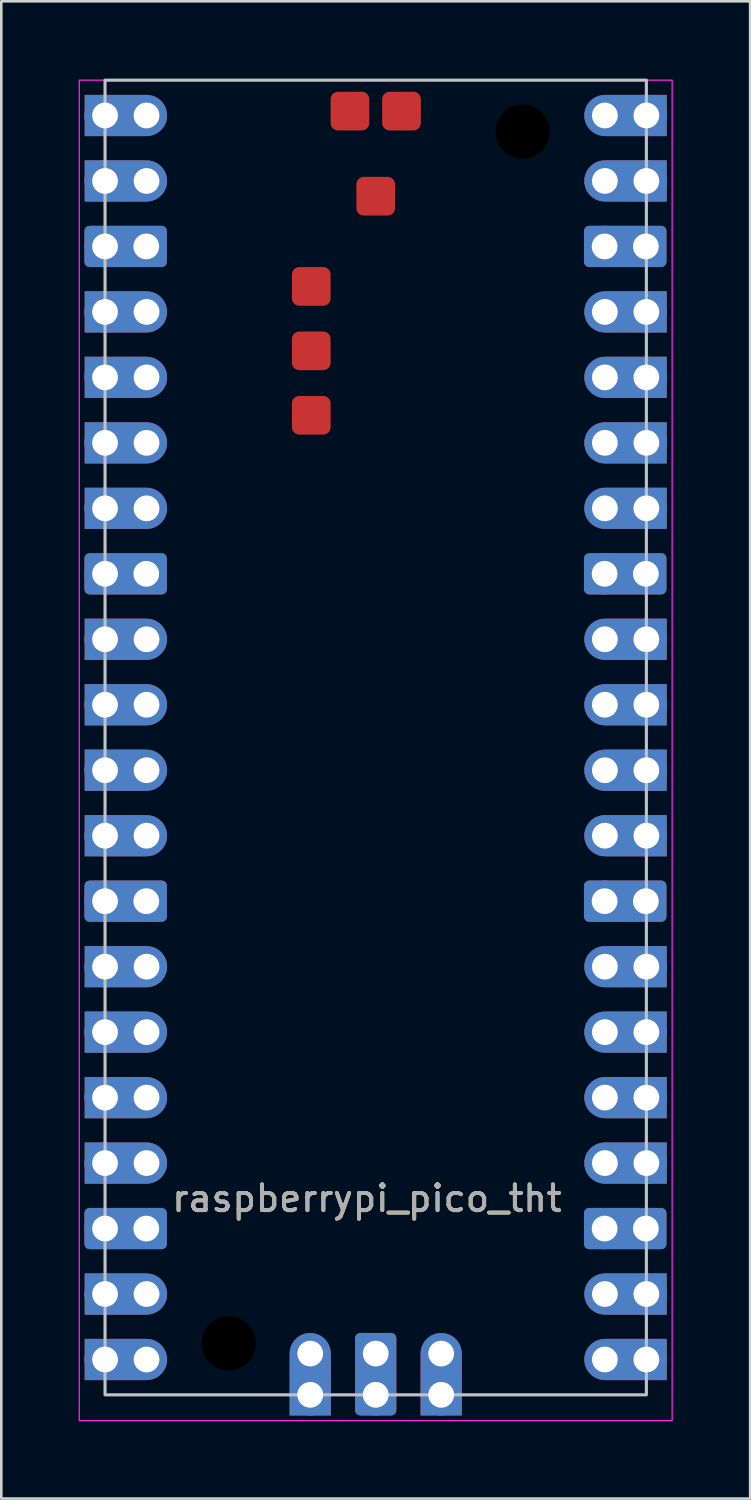
<source format=kicad_pcb>
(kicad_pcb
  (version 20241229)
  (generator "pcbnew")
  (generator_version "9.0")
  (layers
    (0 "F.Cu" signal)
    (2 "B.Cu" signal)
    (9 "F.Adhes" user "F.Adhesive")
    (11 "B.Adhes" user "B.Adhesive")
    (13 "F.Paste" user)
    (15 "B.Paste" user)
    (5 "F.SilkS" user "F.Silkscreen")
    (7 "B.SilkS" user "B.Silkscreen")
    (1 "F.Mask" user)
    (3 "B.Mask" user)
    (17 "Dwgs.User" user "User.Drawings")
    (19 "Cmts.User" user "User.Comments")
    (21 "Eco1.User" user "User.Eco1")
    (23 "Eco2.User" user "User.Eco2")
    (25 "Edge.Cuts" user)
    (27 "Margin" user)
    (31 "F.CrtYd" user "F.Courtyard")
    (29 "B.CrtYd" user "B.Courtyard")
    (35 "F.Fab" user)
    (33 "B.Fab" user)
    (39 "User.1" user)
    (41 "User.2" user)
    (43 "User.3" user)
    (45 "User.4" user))
  (footprint "raspberrypi_pico_tht"
    (layer "F.Cu")
    (at 1.025 51.06)
    (property "Reference" "raspberrypi_pico_tht" (at 10.16 -7.62 0) (unlocked yes) (layer "F.SilkS") (effects (font (size 1 1) (thickness 0.15))))
    (fp_rect (start 0 0) (end 21 -51) (stroke (width 0.12) (type solid)) (fill no) (layer "Dwgs.User"))
    (fp_rect (start -1 1) (end 22 -51) (stroke (width 0.05) (type solid)) (fill no) (layer "F.CrtYd"))
    (fp_text user "${REFERENCE}" (at 10.16 -7.62 0) (unlocked yes) (layer "F.Fab") (effects (font (size 1 1) (thickness 0.15))))
    (pad "" np_thru_hole circle (at 4.8 -2 90) (size 3.8 3.8) (drill 2.1) (layers "*.Mask"))
    (pad "" np_thru_hole circle (at 16.2 -49 90) (size 3.8 3.8) (drill 2.1) (layers "*.Mask"))
    (pad "1" thru_hole circle (at 0 -49.63) (size 1.6 1.6) (drill 1) (layers "*.Cu" "*.Mask"))
    (pad "1" thru_hole custom (at 1.61 -49.63 270) (size 1.6 1.6) (drill 1) (layers "*.Cu" "*.Mask") (options (anchor circle)) (primitives (gr_poly (pts (xy 0.8 2.4) (xy -0.8 2.4) (xy -0.8 0) (xy 0.8 0)) (width 0) (fill yes))))
    (pad "2" thru_hole circle (at 0 -47.09) (size 1.6 1.6) (drill 1) (layers "*.Cu" "*.Mask"))
    (pad "2" thru_hole custom (at 1.61 -47.09 270) (size 1.6 1.6) (drill 1) (layers "*.Cu" "*.Mask") (options (anchor circle)) (primitives (gr_poly (pts (xy 0.8 2.4) (xy -0.8 2.4) (xy -0.8 0) (xy 0.8 0)) (width 0) (fill yes))))
    (pad "3" thru_hole circle (at 0 -44.55 270) (size 1.6 1.6) (drill 1) (layers "*.Cu" "*.Mask"))
    (pad "3" thru_hole roundrect (at 1.6 -44.55) (size 3.2 1.6) (drill 1 (offset -0.8 0)) (layers "*.Cu" "*.Mask") (roundrect_rratio 0.125))
    (pad "4" thru_hole circle (at 0 -42.01) (size 1.6 1.6) (drill 1) (layers "*.Cu" "*.Mask"))
    (pad "4" thru_hole custom (at 1.61 -42.01 270) (size 1.6 1.6) (drill 1) (layers "*.Cu" "*.Mask") (options (anchor circle)) (primitives (gr_poly (pts (xy 0.8 2.4) (xy -0.8 2.4) (xy -0.8 0) (xy 0.8 0)) (width 0) (fill yes))))
    (pad "5" thru_hole circle (at 0 -39.47) (size 1.6 1.6) (drill 1) (layers "*.Cu" "*.Mask"))
    (pad "5" thru_hole custom (at 1.61 -39.47 270) (size 1.6 1.6) (drill 1) (layers "*.Cu" "*.Mask") (options (anchor circle)) (primitives (gr_poly (pts (xy 0.8 2.4) (xy -0.8 2.4) (xy -0.8 0) (xy 0.8 0)) (width 0) (fill yes))))
    (pad "6" thru_hole circle (at 0 -36.93) (size 1.6 1.6) (drill 1) (layers "*.Cu" "*.Mask"))
    (pad "6" thru_hole custom (at 1.61 -36.93 270) (size 1.6 1.6) (drill 1) (layers "*.Cu" "*.Mask") (options (anchor circle)) (primitives (gr_poly (pts (xy 0.8 2.4) (xy -0.8 2.4) (xy -0.8 0) (xy 0.8 0)) (width 0) (fill yes))))
    (pad "7" thru_hole circle (at 0 -34.39) (size 1.6 1.6) (drill 1) (layers "*.Cu" "*.Mask"))
    (pad "7" thru_hole custom (at 1.61 -34.39 270) (size 1.6 1.6) (drill 1) (layers "*.Cu" "*.Mask") (options (anchor circle)) (primitives (gr_poly (pts (xy 0.8 2.4) (xy -0.8 2.4) (xy -0.8 0) (xy 0.8 0)) (width 0) (fill yes))))
    (pad "8" thru_hole circle (at 0 -31.85 270) (size 1.6 1.6) (drill 1) (layers "*.Cu" "*.Mask"))
    (pad "8" thru_hole roundrect (at 1.6 -31.85) (size 3.2 1.6) (drill 1 (offset -0.8 0)) (layers "*.Cu" "*.Mask") (roundrect_rratio 0.125))
    (pad "9" thru_hole circle (at 0 -29.31) (size 1.6 1.6) (drill 1) (layers "*.Cu" "*.Mask"))
    (pad "9" thru_hole custom (at 1.61 -29.31 270) (size 1.6 1.6) (drill 1) (layers "*.Cu" "*.Mask") (options (anchor circle)) (primitives (gr_poly (pts (xy 0.8 2.4) (xy -0.8 2.4) (xy -0.8 0) (xy 0.8 0)) (width 0) (fill yes))))
    (pad "10" thru_hole circle (at 0 -26.77) (size 1.6 1.6) (drill 1) (layers "*.Cu" "*.Mask"))
    (pad "10" thru_hole custom (at 1.61 -26.77 270) (size 1.6 1.6) (drill 1) (layers "*.Cu" "*.Mask") (options (anchor circle)) (primitives (gr_poly (pts (xy 0.8 2.4) (xy -0.8 2.4) (xy -0.8 0) (xy 0.8 0)) (width 0) (fill yes))))
    (pad "11" thru_hole circle (at 0 -24.23) (size 1.6 1.6) (drill 1) (layers "*.Cu" "*.Mask"))
    (pad "11" thru_hole custom (at 1.61 -24.23 270) (size 1.6 1.6) (drill 1) (layers "*.Cu" "*.Mask") (options (anchor circle)) (primitives (gr_poly (pts (xy 0.8 2.4) (xy -0.8 2.4) (xy -0.8 0) (xy 0.8 0)) (width 0) (fill yes))))
    (pad "12" thru_hole circle (at 0 -21.69) (size 1.6 1.6) (drill 1) (layers "*.Cu" "*.Mask"))
    (pad "12" thru_hole custom (at 1.61 -21.69 270) (size 1.6 1.6) (drill 1) (layers "*.Cu" "*.Mask") (options (anchor circle)) (primitives (gr_poly (pts (xy 0.8 2.4) (xy -0.8 2.4) (xy -0.8 0) (xy 0.8 0)) (width 0) (fill yes))))
    (pad "13" thru_hole circle (at 0 -19.15 270) (size 1.6 1.6) (drill 1) (layers "*.Cu" "*.Mask"))
    (pad "13" thru_hole roundrect (at 1.6 -19.15) (size 3.2 1.6) (drill 1 (offset -0.8 0)) (layers "*.Cu" "*.Mask") (roundrect_rratio 0.125))
    (pad "14" thru_hole circle (at 0 -16.61) (size 1.6 1.6) (drill 1) (layers "*.Cu" "*.Mask"))
    (pad "14" thru_hole custom (at 1.61 -16.61 270) (size 1.6 1.6) (drill 1) (layers "*.Cu" "*.Mask") (options (anchor circle)) (primitives (gr_poly (pts (xy 0.8 2.4) (xy -0.8 2.4) (xy -0.8 0) (xy 0.8 0)) (width 0) (fill yes))))
    (pad "15" thru_hole circle (at 0 -14.07) (size 1.6 1.6) (drill 1) (layers "*.Cu" "*.Mask"))
    (pad "15" thru_hole custom (at 1.61 -14.07 270) (size 1.6 1.6) (drill 1) (layers "*.Cu" "*.Mask") (options (anchor circle)) (primitives (gr_poly (pts (xy 0.8 2.4) (xy -0.8 2.4) (xy -0.8 0) (xy 0.8 0)) (width 0) (fill yes))))
    (pad "16" thru_hole circle (at 0 -11.53) (size 1.6 1.6) (drill 1) (layers "*.Cu" "*.Mask"))
    (pad "16" thru_hole custom (at 1.61 -11.53 270) (size 1.6 1.6) (drill 1) (layers "*.Cu" "*.Mask") (options (anchor circle)) (primitives (gr_poly (pts (xy 0.8 2.4) (xy -0.8 2.4) (xy -0.8 0) (xy 0.8 0)) (width 0) (fill yes))))
    (pad "17" thru_hole circle (at 0 -8.99) (size 1.6 1.6) (drill 1) (layers "*.Cu" "*.Mask"))
    (pad "17" thru_hole custom (at 1.61 -8.99 270) (size 1.6 1.6) (drill 1) (layers "*.Cu" "*.Mask") (options (anchor circle)) (primitives (gr_poly (pts (xy 0.8 2.4) (xy -0.8 2.4) (xy -0.8 0) (xy 0.8 0)) (width 0) (fill yes))))
    (pad "18" thru_hole circle (at 0 -6.45 270) (size 1.6 1.6) (drill 1) (layers "*.Cu" "*.Mask"))
    (pad "18" thru_hole roundrect (at 1.6 -6.45) (size 3.2 1.6) (drill 1 (offset -0.8 0)) (layers "*.Cu" "*.Mask") (roundrect_rratio 0.125))
    (pad "19" thru_hole circle (at 0 -3.91) (size 1.6 1.6) (drill 1) (layers "*.Cu" "*.Mask"))
    (pad "19" thru_hole custom (at 1.61 -3.91 270) (size 1.6 1.6) (drill 1) (layers "*.Cu" "*.Mask") (options (anchor circle)) (primitives (gr_poly (pts (xy 0.8 2.4) (xy -0.8 2.4) (xy -0.8 0) (xy 0.8 0)) (width 0) (fill yes))))
    (pad "20" thru_hole circle (at 0 -1.37) (size 1.6 1.6) (drill 1) (layers "*.Cu" "*.Mask"))
    (pad "20" thru_hole custom (at 1.61 -1.37 270) (size 1.6 1.6) (drill 1) (layers "*.Cu" "*.Mask") (options (anchor circle)) (primitives (gr_poly (pts (xy 0.8 2.4) (xy -0.8 2.4) (xy -0.8 0) (xy 0.8 0)) (width 0) (fill yes))))
    (pad "21" thru_hole custom (at 19.39 -1.37 90) (size 1.6 1.6) (drill 1) (layers "*.Cu" "*.Mask") (options (anchor circle)) (primitives (gr_poly (pts (xy 0.8 2.4) (xy -0.8 2.4) (xy -0.8 0) (xy 0.8 0)) (width 0) (fill yes))))
    (pad "21" thru_hole circle (at 21 -1.37 180) (size 1.6 1.6) (drill 1) (layers "*.Cu" "*.Mask"))
    (pad "22" thru_hole custom (at 19.39 -3.91 90) (size 1.6 1.6) (drill 1) (layers "*.Cu" "*.Mask") (options (anchor circle)) (primitives (gr_poly (pts (xy 0.8 2.4) (xy -0.8 2.4) (xy -0.8 0) (xy 0.8 0)) (width 0) (fill yes))))
    (pad "22" thru_hole circle (at 21 -3.91 180) (size 1.6 1.6) (drill 1) (layers "*.Cu" "*.Mask"))
    (pad "23" thru_hole circle (at 19.38 -6.45 270) (size 1.6 1.6) (drill 1) (layers "*.Cu" "*.Mask"))
    (pad "23" thru_hole roundrect (at 20.98 -6.45) (size 3.2 1.6) (drill 1 (offset -0.8 0)) (layers "*.Cu" "*.Mask") (roundrect_rratio 0.125))
    (pad "24" thru_hole custom (at 19.39 -8.99 90) (size 1.6 1.6) (drill 1) (layers "*.Cu" "*.Mask") (options (anchor circle)) (primitives (gr_poly (pts (xy 0.8 2.4) (xy -0.8 2.4) (xy -0.8 0) (xy 0.8 0)) (width 0) (fill yes))))
    (pad "24" thru_hole circle (at 21 -8.99 180) (size 1.6 1.6) (drill 1) (layers "*.Cu" "*.Mask"))
    (pad "25" thru_hole custom (at 19.39 -11.53 90) (size 1.6 1.6) (drill 1) (layers "*.Cu" "*.Mask") (options (anchor circle)) (primitives (gr_poly (pts (xy 0.8 2.4) (xy -0.8 2.4) (xy -0.8 0) (xy 0.8 0)) (width 0) (fill yes))))
    (pad "25" thru_hole circle (at 21 -11.53 180) (size 1.6 1.6) (drill 1) (layers "*.Cu" "*.Mask"))
    (pad "26" thru_hole custom (at 19.39 -14.07 90) (size 1.6 1.6) (drill 1) (layers "*.Cu" "*.Mask") (options (anchor circle)) (primitives (gr_poly (pts (xy 0.8 2.4) (xy -0.8 2.4) (xy -0.8 0) (xy 0.8 0)) (width 0) (fill yes))))
    (pad "26" thru_hole circle (at 21 -14.07 180) (size 1.6 1.6) (drill 1) (layers "*.Cu" "*.Mask"))
    (pad "27" thru_hole custom (at 19.39 -16.61 90) (size 1.6 1.6) (drill 1) (layers "*.Cu" "*.Mask") (options (anchor circle)) (primitives (gr_poly (pts (xy 0.8 2.4) (xy -0.8 2.4) (xy -0.8 0) (xy 0.8 0)) (width 0) (fill yes))))
    (pad "27" thru_hole circle (at 21 -16.61 180) (size 1.6 1.6) (drill 1) (layers "*.Cu" "*.Mask"))
    (pad "28" thru_hole circle (at 19.38 -19.15 270) (size 1.6 1.6) (drill 1) (layers "*.Cu" "*.Mask"))
    (pad "28" thru_hole roundrect (at 20.98 -19.15) (size 3.2 1.6) (drill 1 (offset -0.8 0)) (layers "*.Cu" "*.Mask") (roundrect_rratio 0.125))
    (pad "29" thru_hole custom (at 19.39 -21.69 90) (size 1.6 1.6) (drill 1) (layers "*.Cu" "*.Mask") (options (anchor circle)) (primitives (gr_poly (pts (xy 0.8 2.4) (xy -0.8 2.4) (xy -0.8 0) (xy 0.8 0)) (width 0) (fill yes))))
    (pad "29" thru_hole circle (at 21 -21.69 180) (size 1.6 1.6) (drill 1) (layers "*.Cu" "*.Mask"))
    (pad "30" thru_hole custom (at 19.39 -24.23 90) (size 1.6 1.6) (drill 1) (layers "*.Cu" "*.Mask") (options (anchor circle)) (primitives (gr_poly (pts (xy 0.8 2.4) (xy -0.8 2.4) (xy -0.8 0) (xy 0.8 0)) (width 0) (fill yes))))
    (pad "30" thru_hole circle (at 21 -24.23 180) (size 1.6 1.6) (drill 1) (layers "*.Cu" "*.Mask"))
    (pad "31" thru_hole custom (at 19.39 -26.77 90) (size 1.6 1.6) (drill 1) (layers "*.Cu" "*.Mask") (options (anchor circle)) (primitives (gr_poly (pts (xy 0.8 2.4) (xy -0.8 2.4) (xy -0.8 0) (xy 0.8 0)) (width 0) (fill yes))))
    (pad "31" thru_hole circle (at 21 -26.77 180) (size 1.6 1.6) (drill 1) (layers "*.Cu" "*.Mask"))
    (pad "32" thru_hole custom (at 19.39 -29.31 90) (size 1.6 1.6) (drill 1) (layers "*.Cu" "*.Mask") (options (anchor circle)) (primitives (gr_poly (pts (xy 0.8 2.4) (xy -0.8 2.4) (xy -0.8 0) (xy 0.8 0)) (width 0) (fill yes))))
    (pad "32" thru_hole circle (at 21 -29.31 180) (size 1.6 1.6) (drill 1) (layers "*.Cu" "*.Mask"))
    (pad "33" thru_hole circle (at 19.38 -31.85 270) (size 1.6 1.6) (drill 1) (layers "*.Cu" "*.Mask"))
    (pad "33" thru_hole roundrect (at 20.98 -31.85) (size 3.2 1.6) (drill 1 (offset -0.8 0)) (layers "*.Cu" "*.Mask") (roundrect_rratio 0.125))
    (pad "34" thru_hole custom (at 19.39 -34.39 90) (size 1.6 1.6) (drill 1) (layers "*.Cu" "*.Mask") (options (anchor circle)) (primitives (gr_poly (pts (xy 0.8 2.4) (xy -0.8 2.4) (xy -0.8 0) (xy 0.8 0)) (width 0) (fill yes))))
    (pad "34" thru_hole circle (at 21 -34.39 180) (size 1.6 1.6) (drill 1) (layers "*.Cu" "*.Mask"))
    (pad "35" thru_hole custom (at 19.39 -36.93 90) (size 1.6 1.6) (drill 1) (layers "*.Cu" "*.Mask") (options (anchor circle)) (primitives (gr_poly (pts (xy 0.8 2.4) (xy -0.8 2.4) (xy -0.8 0) (xy 0.8 0)) (width 0) (fill yes))))
    (pad "35" thru_hole circle (at 21 -36.93 180) (size 1.6 1.6) (drill 1) (layers "*.Cu" "*.Mask"))
    (pad "36" thru_hole custom (at 19.39 -39.47 90) (size 1.6 1.6) (drill 1) (layers "*.Cu" "*.Mask") (options (anchor circle)) (primitives (gr_poly (pts (xy 0.8 2.4) (xy -0.8 2.4) (xy -0.8 0) (xy 0.8 0)) (width 0) (fill yes))))
    (pad "36" thru_hole circle (at 21 -39.47 180) (size 1.6 1.6) (drill 1) (layers "*.Cu" "*.Mask"))
    (pad "37" thru_hole custom (at 19.39 -42.01 90) (size 1.6 1.6) (drill 1) (layers "*.Cu" "*.Mask") (options (anchor circle)) (primitives (gr_poly (pts (xy 0.8 2.4) (xy -0.8 2.4) (xy -0.8 0) (xy 0.8 0)) (width 0) (fill yes))))
    (pad "37" thru_hole circle (at 21 -42.01 180) (size 1.6 1.6) (drill 1) (layers "*.Cu" "*.Mask"))
    (pad "38" thru_hole circle (at 19.38 -44.55 270) (size 1.6 1.6) (drill 1) (layers "*.Cu" "*.Mask"))
    (pad "38" thru_hole roundrect (at 20.98 -44.55) (size 3.2 1.6) (drill 1 (offset -0.8 0)) (layers "*.Cu" "*.Mask") (roundrect_rratio 0.125))
    (pad "39" thru_hole custom (at 19.39 -47.09 90) (size 1.6 1.6) (drill 1) (layers "*.Cu" "*.Mask") (options (anchor circle)) (primitives (gr_poly (pts (xy 0.8 2.4) (xy -0.8 2.4) (xy -0.8 0) (xy 0.8 0)) (width 0) (fill yes))))
    (pad "39" thru_hole circle (at 21 -47.09 180) (size 1.6 1.6) (drill 1) (layers "*.Cu" "*.Mask"))
    (pad "40" thru_hole custom (at 19.39 -49.63 90) (size 1.6 1.6) (drill 1) (layers "*.Cu" "*.Mask") (options (anchor circle)) (primitives (gr_poly (pts (xy 0.8 2.4) (xy -0.8 2.4) (xy -0.8 0) (xy 0.8 0)) (width 0) (fill yes))))
    (pad "40" thru_hole circle (at 21 -49.63 180) (size 1.6 1.6) (drill 1) (layers "*.Cu" "*.Mask"))
    (pad "D1" thru_hole custom (at 7.96 -1.6) (size 1.6 1.6) (drill 1) (layers "*.Cu" "*.Mask") (options (anchor circle)) (primitives (gr_poly (pts (xy 0.8 2.4) (xy -0.8 2.4) (xy -0.8 0) (xy 0.8 0)) (width 0) (fill yes))))
    (pad "D1" thru_hole circle (at 7.96 0) (size 1.6 1.6) (drill 1) (layers "*.Cu" "*.Mask"))
    (pad "D2" thru_hole roundrect (at 10.5 -1.6 90) (size 3.2 1.6) (drill 1 (offset -0.8 0)) (layers "*.Cu" "*.Mask") (roundrect_rratio 0.125))
    (pad "D2" thru_hole circle (at 10.5 0) (size 1.6 1.6) (drill 1) (layers "*.Cu" "*.Mask"))
    (pad "D3" thru_hole custom (at 13.04 -1.6) (size 1.6 1.6) (drill 1) (layers "*.Cu" "*.Mask") (options (anchor circle)) (primitives (gr_poly (pts (xy 0.8 2.4) (xy -0.8 2.4) (xy -0.8 0) (xy 0.8 0)) (width 0) (fill yes))))
    (pad "D3" thru_hole circle (at 13.04 0) (size 1.6 1.6) (drill 1) (layers "*.Cu" "*.Mask"))
    (pad "TP1" smd roundrect (at 10.5 -46.5 90) (size 1.5 1.5) (layers "F.Cu" "F.Mask" "F.Paste") (roundrect_rratio 0.188))
    (pad "TP2" smd roundrect (at 11.5 -49.8 180) (size 1.5 1.5) (layers "F.Cu" "F.Mask" "F.Paste") (roundrect_rratio 0.188))
    (pad "TP3" smd roundrect (at 9.5 -49.8 90) (size 1.5 1.5) (layers "F.Cu" "F.Mask" "F.Paste") (roundrect_rratio 0.188))
    (pad "TP4" smd roundrect (at 8 -43 90) (size 1.5 1.5) (layers "F.Cu" "F.Mask" "F.Paste") (roundrect_rratio 0.188))
    (pad "TP5" smd roundrect (at 8 -40.5 90) (size 1.5 1.5) (layers "F.Cu" "F.Mask" "F.Paste") (roundrect_rratio 0.188))
    (pad "TP6" smd roundrect (at 8 -38 90) (size 1.5 1.5) (layers "F.Cu" "F.Mask" "F.Paste") (roundrect_rratio 0.188)))
  (gr_rect
    (start -3 -3)
    (end 26.05 55.085)
    (stroke (width 0.1) (type default))
    (fill no)
    (layer "Edge.Cuts")))
</source>
